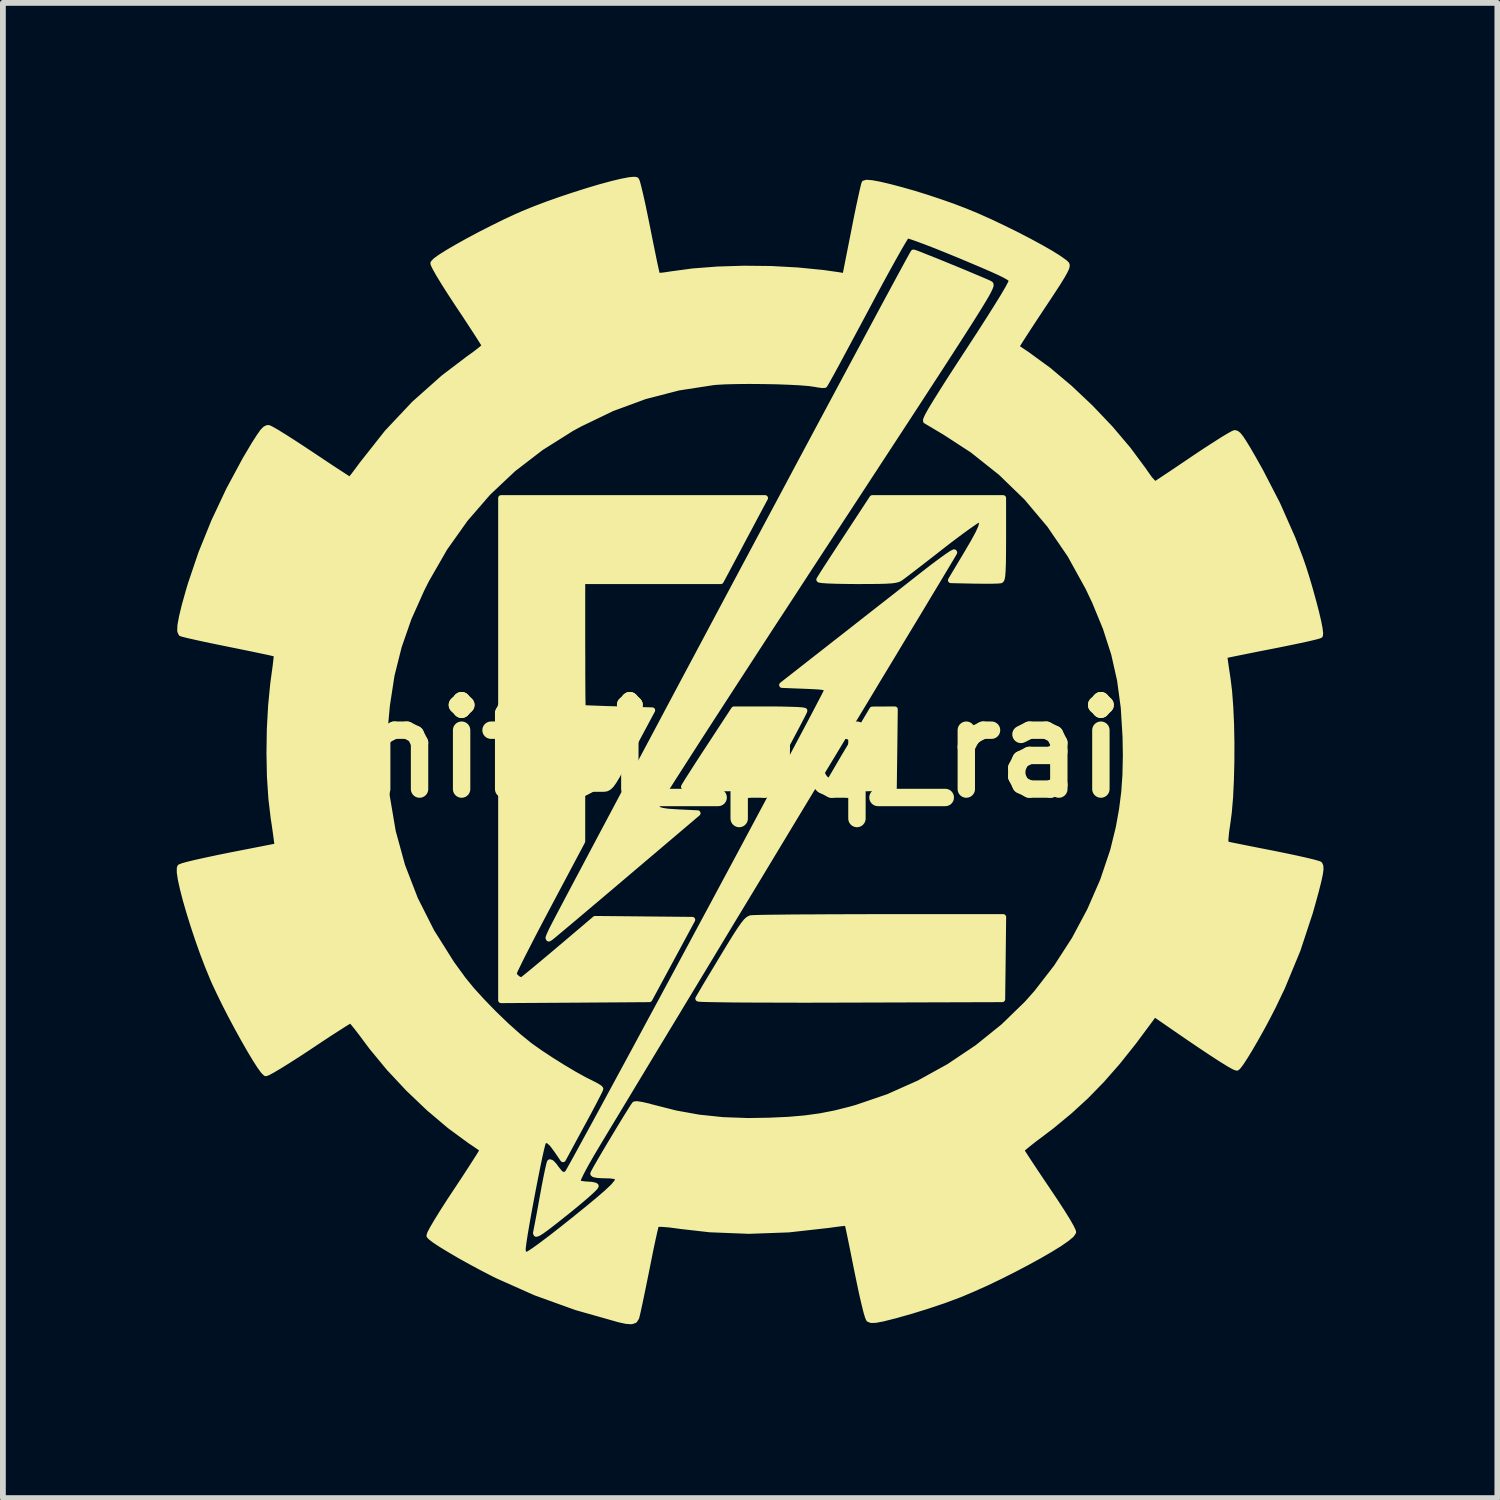
<source format=kicad_pcb>
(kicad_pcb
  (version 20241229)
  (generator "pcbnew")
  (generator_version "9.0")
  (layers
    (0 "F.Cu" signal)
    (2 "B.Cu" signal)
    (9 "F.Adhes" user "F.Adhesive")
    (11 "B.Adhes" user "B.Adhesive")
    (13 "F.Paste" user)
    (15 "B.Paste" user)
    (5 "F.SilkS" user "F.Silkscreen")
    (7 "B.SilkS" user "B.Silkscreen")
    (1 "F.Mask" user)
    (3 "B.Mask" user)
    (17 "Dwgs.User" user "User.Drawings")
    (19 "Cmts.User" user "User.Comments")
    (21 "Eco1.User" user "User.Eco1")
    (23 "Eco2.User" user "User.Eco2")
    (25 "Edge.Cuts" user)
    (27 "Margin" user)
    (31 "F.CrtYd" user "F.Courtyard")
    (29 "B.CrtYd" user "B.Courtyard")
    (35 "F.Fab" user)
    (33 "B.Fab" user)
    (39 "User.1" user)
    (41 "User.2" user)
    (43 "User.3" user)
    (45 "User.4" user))
  (footprint "unifei_pq_raio"
    (layer "F.Cu")
    (at 9.741 9.876)
    (property "Reference" "unifei_pq_raio" (at 0 0 0) (layer "F.SilkS") (effects (font (size 1.524 1.524) (thickness 0.3))))
    (attr through_hole)
    (fp_poly (pts (xy 2.65 -0.686) (xy 2.642 -0.008) (xy 2.633 0.67) (xy 2.046 0.679) (xy 1.817 0.68) (xy 1.644 0.678) (xy 1.529 0.672) (xy 1.474 0.662) (xy 1.47 0.656) (xy 1.488 0.621) (xy 1.534 0.541) (xy 1.603 0.423) (xy 1.69 0.274) (xy 1.791 0.102) (xy 1.87 -0.03) (xy 2.26 -0.684) (xy 2.455 -0.685) (xy 2.65 -0.686)) (stroke (width 0.1) (type solid)) (fill yes) (layer "F.SilkS"))
    (fp_poly (pts (xy 1.09 -0.662) (xy 1.076 -0.629) (xy 1.036 -0.55) (xy 0.974 -0.431) (xy 0.895 -0.281) (xy 0.803 -0.108) (xy 0.736 0.016) (xy 0.383 0.67) (xy -0.311 0.678) (xy -0.543 0.681) (xy -0.719 0.681) (xy -0.845 0.678) (xy -0.928 0.672) (xy -0.974 0.664) (xy -0.99 0.652) (xy -0.989 0.647) (xy -0.968 0.611) (xy -0.918 0.53) (xy -0.843 0.413) (xy -0.749 0.266) (xy -0.639 0.097) (xy -0.55 -0.039) (xy -0.126 -0.686) (xy 0.482 -0.686) (xy 0.669 -0.685) (xy 0.833 -0.681) (xy 0.964 -0.677) (xy 1.053 -0.67) (xy 1.09 -0.663) (xy 1.09 -0.662)) (stroke (width 0.1) (type solid)) (fill yes) (layer "F.SilkS"))
    (fp_poly (pts (xy 4.52 2.898) (xy 4.512 3.607) (xy 4.503 4.316) (xy 1.875 4.324) (xy 1.469 4.325) (xy 1.084 4.326) (xy 0.723 4.325) (xy 0.392 4.324) (xy 0.095 4.323) (xy -0.164 4.321) (xy -0.381 4.318) (xy -0.551 4.315) (xy -0.67 4.312) (xy -0.733 4.308) (xy -0.743 4.305) (xy -0.724 4.272) (xy -0.678 4.194) (xy -0.609 4.076) (xy -0.52 3.928) (xy -0.417 3.757) (xy -0.327 3.607) (xy -0.2 3.397) (xy -0.099 3.234) (xy -0.021 3.113) (xy 0.04 3.027) (xy 0.086 2.97) (xy 0.123 2.937) (xy 0.156 2.92) (xy 0.168 2.917) (xy 0.213 2.914) (xy 0.316 2.911) (xy 0.47 2.908) (xy 0.671 2.906) (xy 0.913 2.903) (xy 1.19 2.902) (xy 1.498 2.9) (xy 1.831 2.899) (xy 2.183 2.898) (xy 2.389 2.898) (xy 4.52 2.898)) (stroke (width 0.1) (type solid)) (fill yes) (layer "F.SilkS"))
    (fp_poly (pts (xy 4.519 -3.63) (xy 4.518 -3.392) (xy 4.516 -3.209) (xy 4.511 -3.077) (xy 4.504 -2.987) (xy 4.494 -2.935) (xy 4.48 -2.913) (xy 4.478 -2.912) (xy 4.433 -2.907) (xy 4.339 -2.904) (xy 4.209 -2.903) (xy 4.055 -2.905) (xy 4.027 -2.905) (xy 3.616 -2.914) (xy 3.897 -3.384) (xy 4.01 -3.577) (xy 4.089 -3.723) (xy 4.137 -3.829) (xy 4.154 -3.9) (xy 4.145 -3.941) (xy 4.109 -3.957) (xy 4.091 -3.958) (xy 4.054 -3.94) (xy 3.976 -3.887) (xy 3.863 -3.807) (xy 3.723 -3.704) (xy 3.563 -3.583) (xy 3.432 -3.481) (xy 3.259 -3.346) (xy 3.099 -3.222) (xy 2.959 -3.114) (xy 2.848 -3.029) (xy 2.772 -2.972) (xy 2.743 -2.951) (xy 2.71 -2.933) (xy 2.663 -2.92) (xy 2.595 -2.91) (xy 2.496 -2.904) (xy 2.358 -2.9) (xy 2.173 -2.899) (xy 2.001 -2.898) (xy 1.805 -2.9) (xy 1.634 -2.903) (xy 1.494 -2.908) (xy 1.396 -2.915) (xy 1.349 -2.922) (xy 1.345 -2.925) (xy 1.365 -2.958) (xy 1.413 -3.035) (xy 1.487 -3.15) (xy 1.582 -3.296) (xy 1.692 -3.465) (xy 1.808 -3.642) (xy 2.26 -4.332) (xy 3.389 -4.332) (xy 4.519 -4.332) (xy 4.519 -3.63)) (stroke (width 0.1) (type solid)) (fill yes) (layer "F.SilkS"))
    (fp_poly (pts (xy 0.411 -4.332) (xy 0.232 -3.997) (xy 0.144 -3.831) (xy 0.04 -3.637) (xy -0.065 -3.438) (xy -0.149 -3.28) (xy -0.353 -2.898) (xy -1.548 -2.898) (xy -2.743 -2.898) (xy -2.743 -1.808) (xy -2.742 -1.554) (xy -2.742 -1.32) (xy -2.741 -1.114) (xy -2.74 -0.944) (xy -2.738 -0.815) (xy -2.736 -0.735) (xy -2.735 -0.711) (xy -2.703 -0.708) (xy -2.618 -0.704) (xy -2.49 -0.699) (xy -2.33 -0.693) (xy -2.145 -0.688) (xy -2.131 -0.687) (xy -1.536 -0.67) (xy -1.861 -0.062) (xy -1.979 0.16) (xy -2.072 0.333) (xy -2.144 0.464) (xy -2.201 0.558) (xy -2.247 0.622) (xy -2.289 0.661) (xy -2.33 0.681) (xy -2.377 0.687) (xy -2.434 0.687) (xy -2.506 0.686) (xy -2.51 0.686) (xy -2.743 0.686) (xy -2.743 1.139) (xy -2.743 1.592) (xy -3.335 2.706) (xy -3.464 2.95) (xy -3.583 3.177) (xy -3.689 3.383) (xy -3.78 3.561) (xy -3.851 3.705) (xy -3.901 3.808) (xy -3.925 3.864) (xy -3.927 3.872) (xy -3.902 3.924) (xy -3.845 3.971) (xy -3.789 3.989) (xy -3.762 3.97) (xy -3.694 3.915) (xy -3.591 3.831) (xy -3.46 3.722) (xy -3.307 3.594) (xy -3.147 3.459) (xy -2.522 2.929) (xy -1.684 2.937) (xy -0.845 2.945) (xy -1.215 3.631) (xy -1.585 4.316) (xy -2.865 4.325) (xy -4.145 4.333) (xy -4.145 0.000346) (xy -4.145 -4.332) (xy -1.867 -4.332) (xy 0.411 -4.332)) (stroke (width 0.1) (type solid)) (fill yes) (layer "F.SilkS"))
    (fp_poly (pts (xy 4.304 -8.013) (xy 4.303 -7.997) (xy 4.295 -7.972) (xy 4.279 -7.936) (xy 4.254 -7.886) (xy 4.218 -7.821) (xy 4.169 -7.739) (xy 4.106 -7.635) (xy 4.028 -7.51) (xy 3.933 -7.359) (xy 3.819 -7.181) (xy 3.686 -6.974) (xy 3.531 -6.734) (xy 3.354 -6.461) (xy 3.152 -6.151) (xy 2.925 -5.802) (xy 2.67 -5.412) (xy 2.387 -4.979) (xy 2.074 -4.5) (xy 1.729 -3.973) (xy 1.448 -3.544) (xy 1.135 -3.065) (xy 0.832 -2.6) (xy 0.539 -2.152) (xy 0.26 -1.723) (xy -0.005 -1.315) (xy -0.254 -0.932) (xy -0.484 -0.577) (xy -0.695 -0.251) (xy -0.884 0.043) (xy -1.049 0.3) (xy -1.19 0.52) (xy -1.303 0.699) (xy -1.388 0.835) (xy -1.442 0.924) (xy -1.464 0.964) (xy -1.465 0.966) (xy -1.457 1.01) (xy -1.429 1.042) (xy -1.369 1.063) (xy -1.269 1.078) (xy -1.119 1.088) (xy -1.07 1.091) (xy -0.753 1.106) (xy -1.984 2.15) (xy -2.224 2.354) (xy -2.452 2.547) (xy -2.662 2.724) (xy -2.851 2.884) (xy -3.013 3.02) (xy -3.143 3.129) (xy -3.236 3.207) (xy -3.289 3.25) (xy -3.296 3.255) (xy -3.322 3.27) (xy -3.328 3.256) (xy -3.311 3.209) (xy -3.271 3.122) (xy -3.203 2.99) (xy -3.145 2.879) (xy -2.939 2.489) (xy -2.718 2.073) (xy -2.485 1.633) (xy -2.24 1.172) (xy -1.986 0.694) (xy -1.724 0.201) (xy -1.455 -0.304) (xy -1.182 -0.818) (xy -0.905 -1.338) (xy -0.626 -1.861) (xy -0.347 -2.385) (xy -0.069 -2.906) (xy 0.206 -3.421) (xy 0.477 -3.928) (xy 0.742 -4.424) (xy 0.999 -4.906) (xy 1.248 -5.371) (xy 1.486 -5.816) (xy 1.712 -6.238) (xy 1.925 -6.635) (xy 2.122 -7.002) (xy 2.303 -7.339) (xy 2.465 -7.641) (xy 2.608 -7.906) (xy 2.729 -8.13) (xy 2.828 -8.312) (xy 2.902 -8.448) (xy 2.95 -8.535) (xy 2.971 -8.57) (xy 2.972 -8.57) (xy 3.007 -8.559) (xy 3.089 -8.528) (xy 3.208 -8.48) (xy 3.355 -8.422) (xy 3.519 -8.355) (xy 3.69 -8.285) (xy 3.857 -8.216) (xy 4.011 -8.151) (xy 4.142 -8.096) (xy 4.239 -8.054) (xy 4.292 -8.029) (xy 4.3 -8.023) (xy 4.304 -8.013)) (stroke (width 0.1) (type solid)) (fill yes) (layer "F.SilkS"))
    (fp_poly (pts (xy 3.675 -3.392) (xy 3.665 -3.374) (xy 3.646 -3.342) (xy 3.618 -3.294) (xy 3.578 -3.228) (xy 3.527 -3.142) (xy 3.462 -3.034) (xy 3.384 -2.903) (xy 3.29 -2.748) (xy 3.181 -2.566) (xy 3.055 -2.356) (xy 2.91 -2.117) (xy 2.746 -1.845) (xy 2.563 -1.541) (xy 2.358 -1.202) (xy 2.132 -0.826) (xy 1.882 -0.413) (xy 1.608 0.041) (xy 1.309 0.536) (xy 0.984 1.074) (xy 0.632 1.657) (xy 0.252 2.287) (xy -0.158 2.964) (xy -0.597 3.692) (xy -1.068 4.471) (xy -1.106 4.535) (xy -1.294 4.845) (xy -1.484 5.159) (xy -1.671 5.469) (xy -1.851 5.767) (xy -2.019 6.046) (xy -2.171 6.298) (xy -2.303 6.516) (xy -2.409 6.692) (xy -2.455 6.769) (xy -2.582 6.982) (xy -2.685 7.162) (xy -2.761 7.304) (xy -2.809 7.404) (xy -2.826 7.458) (xy -2.825 7.463) (xy -2.786 7.497) (xy -2.696 7.51) (xy -2.667 7.511) (xy -2.58 7.517) (xy -2.521 7.531) (xy -2.511 7.539) (xy -2.529 7.566) (xy -2.589 7.625) (xy -2.685 7.711) (xy -2.81 7.817) (xy -2.957 7.938) (xy -3.028 7.995) (xy -3.208 8.138) (xy -3.345 8.244) (xy -3.442 8.315) (xy -3.505 8.354) (xy -3.538 8.365) (xy -3.544 8.35) (xy -3.544 8.349) (xy -3.533 8.295) (xy -3.513 8.191) (xy -3.486 8.049) (xy -3.455 7.879) (xy -3.425 7.713) (xy -3.392 7.533) (xy -3.361 7.375) (xy -3.334 7.247) (xy -3.314 7.161) (xy -3.303 7.128) (xy -3.276 7.137) (xy -3.229 7.187) (xy -3.199 7.229) (xy -3.126 7.32) (xy -3.065 7.353) (xy -3.01 7.329) (xy -2.998 7.316) (xy -2.976 7.28) (xy -2.927 7.193) (xy -2.852 7.058) (xy -2.755 6.88) (xy -2.636 6.662) (xy -2.497 6.408) (xy -2.342 6.122) (xy -2.171 5.806) (xy -1.987 5.466) (xy -1.791 5.104) (xy -1.586 4.723) (xy -1.373 4.329) (xy -1.155 3.924) (xy -0.934 3.513) (xy -0.711 3.098) (xy -0.488 2.684) (xy -0.268 2.273) (xy -0.052 1.871) (xy 0.157 1.48) (xy 0.358 1.104) (xy 0.549 0.747) (xy 0.728 0.413) (xy 0.892 0.105) (xy 1.04 -0.174) (xy 1.17 -0.419) (xy 1.28 -0.627) (xy 1.367 -0.794) (xy 1.431 -0.916) (xy 1.468 -0.991) (xy 1.478 -1.013) (xy 1.475 -1.039) (xy 1.457 -1.057) (xy 1.414 -1.07) (xy 1.336 -1.079) (xy 1.213 -1.086) (xy 1.092 -1.091) (xy 0.703 -1.106) (xy 1.637 -1.837) (xy 1.878 -2.025) (xy 2.13 -2.223) (xy 2.383 -2.421) (xy 2.626 -2.611) (xy 2.848 -2.785) (xy 3.039 -2.935) (xy 3.142 -3.016) (xy 3.301 -3.139) (xy 3.439 -3.242) (xy 3.551 -3.323) (xy 3.63 -3.376) (xy 3.672 -3.397) (xy 3.675 -3.392)) (stroke (width 0.1) (type solid)) (fill yes) (layer "F.SilkS"))
    (fp_poly (pts (xy 9.996 2.071) (xy 9.985 2.155) (xy 9.959 2.276) (xy 9.918 2.439) (xy 9.86 2.651) (xy 9.812 2.82) (xy 9.6 3.463) (xy 9.333 4.109) (xy 9.174 4.441) (xy 9.077 4.63) (xy 8.975 4.82) (xy 8.873 5.002) (xy 8.777 5.167) (xy 8.691 5.308) (xy 8.621 5.415) (xy 8.571 5.481) (xy 8.551 5.498) (xy 8.512 5.485) (xy 8.423 5.436) (xy 8.285 5.351) (xy 8.097 5.229) (xy 7.859 5.07) (xy 7.572 4.874) (xy 7.358 4.726) (xy 7.127 4.567) (xy 7.062 4.658) (xy 6.769 5.053) (xy 6.634 5.222) (xy 6.634 0.111) (xy 6.629 -0.203) (xy 6.598 -0.715) (xy 6.534 -1.19) (xy 6.432 -1.643) (xy 6.288 -2.091) (xy 6.099 -2.55) (xy 5.985 -2.789) (xy 5.676 -3.349) (xy 5.322 -3.867) (xy 4.923 -4.341) (xy 4.479 -4.771) (xy 3.991 -5.159) (xy 3.522 -5.464) (xy 3.398 -5.538) (xy 3.292 -5.601) (xy 3.216 -5.646) (xy 3.186 -5.664) (xy 3.188 -5.688) (xy 3.216 -5.749) (xy 3.271 -5.849) (xy 3.356 -5.989) (xy 3.471 -6.173) (xy 3.617 -6.403) (xy 3.797 -6.68) (xy 3.912 -6.856) (xy 4.104 -7.151) (xy 4.271 -7.411) (xy 4.41 -7.632) (xy 4.522 -7.813) (xy 4.603 -7.951) (xy 4.652 -8.044) (xy 4.668 -8.087) (xy 4.668 -8.087) (xy 4.655 -8.11) (xy 4.619 -8.139) (xy 4.553 -8.177) (xy 4.453 -8.226) (xy 4.314 -8.289) (xy 4.129 -8.369) (xy 3.894 -8.468) (xy 3.78 -8.516) (xy 3.56 -8.606) (xy 3.357 -8.688) (xy 3.178 -8.757) (xy 3.032 -8.811) (xy 2.926 -8.848) (xy 2.867 -8.864) (xy 2.858 -8.865) (xy 2.835 -8.835) (xy 2.786 -8.755) (xy 2.714 -8.631) (xy 2.622 -8.468) (xy 2.514 -8.273) (xy 2.392 -8.049) (xy 2.26 -7.804) (xy 2.136 -7.571) (xy 1.997 -7.311) (xy 1.867 -7.069) (xy 1.749 -6.849) (xy 1.646 -6.657) (xy 1.56 -6.499) (xy 1.494 -6.38) (xy 1.452 -6.306) (xy 1.437 -6.282) (xy 1.397 -6.281) (xy 1.32 -6.291) (xy 1.278 -6.299) (xy 1.172 -6.314) (xy 1.016 -6.327) (xy 0.822 -6.337) (xy 0.604 -6.345) (xy 0.372 -6.349) (xy 0.139 -6.351) (xy -0.081 -6.349) (xy -0.278 -6.344) (xy -0.438 -6.335) (xy -0.486 -6.33) (xy -1.083 -6.238) (xy -1.663 -6.088) (xy -2.231 -5.879) (xy -2.791 -5.609) (xy -2.93 -5.533) (xy -3.456 -5.202) (xy -3.936 -4.833) (xy -4.371 -4.423) (xy -4.764 -3.969) (xy -5.118 -3.47) (xy -5.434 -2.921) (xy -5.516 -2.758) (xy -5.739 -2.26) (xy -5.909 -1.771) (xy -6.033 -1.276) (xy -6.113 -0.757) (xy -6.141 -0.452) (xy -6.157 0.191) (xy -6.115 0.815) (xy -6.012 1.423) (xy -5.85 2.014) (xy -5.628 2.589) (xy -5.345 3.15) (xy -5.001 3.697) (xy -4.8 3.974) (xy -4.653 4.154) (xy -4.469 4.356) (xy -4.264 4.567) (xy -4.052 4.771) (xy -3.846 4.955) (xy -3.66 5.106) (xy -3.635 5.125) (xy -3.471 5.241) (xy -3.281 5.366) (xy -3.08 5.492) (xy -2.885 5.608) (xy -2.712 5.704) (xy -2.594 5.763) (xy -2.506 5.808) (xy -2.447 5.845) (xy -2.431 5.862) (xy -2.445 5.896) (xy -2.485 5.975) (xy -2.546 6.093) (xy -2.624 6.241) (xy -2.715 6.41) (xy -2.754 6.481) (xy -3.076 7.077) (xy -3.182 6.921) (xy -3.264 6.811) (xy -3.328 6.754) (xy -3.38 6.746) (xy -3.415 6.77) (xy -3.429 6.808) (xy -3.452 6.899) (xy -3.482 7.033) (xy -3.517 7.199) (xy -3.555 7.39) (xy -3.595 7.595) (xy -3.635 7.806) (xy -3.673 8.012) (xy -3.707 8.204) (xy -3.736 8.374) (xy -3.757 8.511) (xy -3.769 8.607) (xy -3.771 8.641) (xy -3.76 8.705) (xy -3.717 8.726) (xy -3.704 8.726) (xy -3.66 8.707) (xy -3.573 8.65) (xy -3.447 8.559) (xy -3.285 8.437) (xy -3.093 8.287) (xy -2.878 8.116) (xy -2.642 7.925) (xy -2.454 7.769) (xy -2.31 7.644) (xy -2.208 7.547) (xy -2.147 7.474) (xy -2.124 7.423) (xy -2.137 7.388) (xy -2.184 7.368) (xy -2.262 7.358) (xy -2.369 7.355) (xy -2.387 7.355) (xy -2.48 7.35) (xy -2.541 7.338) (xy -2.556 7.326) (xy -2.54 7.293) (xy -2.498 7.217) (xy -2.434 7.106) (xy -2.355 6.971) (xy -2.266 6.821) (xy -2.172 6.665) (xy -2.08 6.512) (xy -1.995 6.373) (xy -1.923 6.257) (xy -1.87 6.173) (xy -1.84 6.13) (xy -1.839 6.129) (xy -1.8 6.125) (xy -1.716 6.138) (xy -1.602 6.164) (xy -1.538 6.182) (xy -1.132 6.285) (xy -0.732 6.357) (xy -0.322 6.4) (xy 0.117 6.416) (xy 0.482 6.41) (xy 0.813 6.395) (xy 1.101 6.37) (xy 1.363 6.334) (xy 1.619 6.284) (xy 1.885 6.217) (xy 1.988 6.188) (xy 2.533 6.002) (xy 3.069 5.763) (xy 3.584 5.478) (xy 4.072 5.151) (xy 4.523 4.788) (xy 4.929 4.394) (xy 5.097 4.205) (xy 5.439 3.763) (xy 5.748 3.285) (xy 6.016 2.783) (xy 6.241 2.267) (xy 6.415 1.749) (xy 6.512 1.353) (xy 6.568 1.042) (xy 6.606 0.744) (xy 6.627 0.44) (xy 6.634 0.111) (xy 6.634 5.222) (xy 6.492 5.4) (xy 6.221 5.709) (xy 5.947 5.99) (xy 5.662 6.251) (xy 5.357 6.503) (xy 5.166 6.648) (xy 5.042 6.741) (xy 4.94 6.822) (xy 4.866 6.883) (xy 4.832 6.915) (xy 4.831 6.918) (xy 4.847 6.949) (xy 4.895 7.024) (xy 4.968 7.136) (xy 5.062 7.278) (xy 5.173 7.444) (xy 5.283 7.607) (xy 5.421 7.813) (xy 5.537 7.992) (xy 5.629 8.14) (xy 5.692 8.251) (xy 5.724 8.319) (xy 5.727 8.335) (xy 5.695 8.381) (xy 5.613 8.449) (xy 5.489 8.535) (xy 5.328 8.634) (xy 5.138 8.744) (xy 4.926 8.86) (xy 4.7 8.979) (xy 4.465 9.097) (xy 4.23 9.21) (xy 4 9.313) (xy 3.783 9.405) (xy 3.739 9.422) (xy 3.492 9.514) (xy 3.214 9.607) (xy 2.927 9.696) (xy 2.655 9.773) (xy 2.439 9.827) (xy 2.317 9.85) (xy 2.242 9.852) (xy 2.202 9.836) (xy 2.184 9.796) (xy 2.156 9.702) (xy 2.121 9.56) (xy 2.079 9.378) (xy 2.034 9.163) (xy 1.999 8.994) (xy 1.956 8.779) (xy 1.917 8.584) (xy 1.883 8.418) (xy 1.856 8.289) (xy 1.837 8.206) (xy 1.829 8.176) (xy 1.795 8.176) (xy 1.714 8.184) (xy 1.599 8.199) (xy 1.515 8.211) (xy 0.82 8.289) (xy 0.13 8.314) (xy -0.544 8.287) (xy -1.044 8.23) (xy -1.239 8.204) (xy -1.375 8.193) (xy -1.451 8.195) (xy -1.469 8.203) (xy -1.48 8.241) (xy -1.501 8.332) (xy -1.531 8.467) (xy -1.567 8.636) (xy -1.606 8.832) (xy -1.637 8.987) (xy -1.68 9.199) (xy -1.72 9.394) (xy -1.755 9.562) (xy -1.784 9.694) (xy -1.804 9.781) (xy -1.812 9.809) (xy -1.841 9.855) (xy -1.895 9.874) (xy -1.984 9.868) (xy -2.104 9.842) (xy -2.849 9.631) (xy -3.55 9.378) (xy -4.21 9.084) (xy -4.262 9.058) (xy -4.464 8.954) (xy -4.665 8.846) (xy -4.856 8.74) (xy -5.028 8.639) (xy -5.176 8.549) (xy -5.289 8.475) (xy -5.36 8.42) (xy -5.382 8.396) (xy -5.37 8.357) (xy -5.325 8.272) (xy -5.251 8.146) (xy -5.151 7.984) (xy -5.027 7.791) (xy -4.923 7.634) (xy -4.799 7.447) (xy -4.688 7.277) (xy -4.595 7.132) (xy -4.522 7.018) (xy -4.476 6.941) (xy -4.459 6.908) (xy -4.46 6.908) (xy -4.49 6.887) (xy -4.558 6.84) (xy -4.651 6.777) (xy -4.67 6.765) (xy -5.026 6.504) (xy -5.388 6.198) (xy -5.743 5.86) (xy -6.077 5.503) (xy -6.375 5.142) (xy -6.452 5.039) (xy -6.547 4.911) (xy -6.631 4.802) (xy -6.696 4.722) (xy -6.734 4.68) (xy -6.74 4.676) (xy -6.771 4.693) (xy -6.847 4.739) (xy -6.961 4.812) (xy -7.106 4.905) (xy -7.274 5.016) (xy -7.459 5.139) (xy -7.463 5.142) (xy -7.65 5.265) (xy -7.821 5.374) (xy -7.969 5.466) (xy -8.087 5.536) (xy -8.168 5.58) (xy -8.205 5.593) (xy -8.205 5.593) (xy -8.244 5.556) (xy -8.305 5.472) (xy -8.385 5.347) (xy -8.479 5.191) (xy -8.582 5.011) (xy -8.691 4.814) (xy -8.8 4.61) (xy -8.905 4.406) (xy -9.001 4.21) (xy -9.085 4.031) (xy -9.117 3.958) (xy -9.205 3.744) (xy -9.293 3.514) (xy -9.377 3.276) (xy -9.456 3.038) (xy -9.527 2.809) (xy -9.589 2.595) (xy -9.638 2.404) (xy -9.673 2.245) (xy -9.691 2.124) (xy -9.69 2.051) (xy -9.683 2.035) (xy -9.643 2.019) (xy -9.551 1.993) (xy -9.414 1.96) (xy -9.242 1.922) (xy -9.041 1.879) (xy -8.824 1.835) (xy -8.002 1.674) (xy -8.021 1.53) (xy -8.036 1.419) (xy -8.056 1.281) (xy -8.071 1.184) (xy -8.11 0.852) (xy -8.135 0.476) (xy -8.143 0.073) (xy -8.137 -0.34) (xy -8.115 -0.745) (xy -8.078 -1.127) (xy -8.056 -1.289) (xy -8.037 -1.427) (xy -8.024 -1.54) (xy -8.017 -1.615) (xy -8.019 -1.64) (xy -8.051 -1.649) (xy -8.137 -1.669) (xy -8.268 -1.697) (xy -8.435 -1.732) (xy -8.63 -1.772) (xy -8.828 -1.812) (xy -9.044 -1.856) (xy -9.241 -1.897) (xy -9.41 -1.934) (xy -9.543 -1.964) (xy -9.631 -1.986) (xy -9.664 -1.996) (xy -9.683 -2.039) (xy -9.68 -2.131) (xy -9.654 -2.275) (xy -9.607 -2.472) (xy -9.536 -2.725) (xy -9.499 -2.849) (xy -9.319 -3.38) (xy -9.097 -3.928) (xy -8.84 -4.474) (xy -8.558 -4.998) (xy -8.401 -5.262) (xy -8.317 -5.393) (xy -8.257 -5.478) (xy -8.212 -5.524) (xy -8.176 -5.541) (xy -8.154 -5.541) (xy -8.111 -5.52) (xy -8.023 -5.47) (xy -7.9 -5.394) (xy -7.749 -5.298) (xy -7.577 -5.186) (xy -7.426 -5.086) (xy -7.246 -4.966) (xy -7.084 -4.858) (xy -6.946 -4.768) (xy -6.84 -4.699) (xy -6.773 -4.656) (xy -6.752 -4.644) (xy -6.729 -4.667) (xy -6.679 -4.731) (xy -6.608 -4.825) (xy -6.541 -4.916) (xy -6.11 -5.462) (xy -5.643 -5.958) (xy -5.137 -6.408) (xy -4.704 -6.737) (xy -4.591 -6.818) (xy -4.501 -6.888) (xy -4.442 -6.937) (xy -4.426 -6.957) (xy -4.442 -6.989) (xy -4.489 -7.065) (xy -4.561 -7.178) (xy -4.655 -7.322) (xy -4.765 -7.49) (xy -4.879 -7.661) (xy -5.011 -7.862) (xy -5.123 -8.038) (xy -5.213 -8.185) (xy -5.276 -8.296) (xy -5.31 -8.365) (xy -5.314 -8.386) (xy -5.276 -8.427) (xy -5.189 -8.49) (xy -5.062 -8.57) (xy -4.901 -8.664) (xy -4.716 -8.767) (xy -4.514 -8.875) (xy -4.302 -8.983) (xy -4.09 -9.088) (xy -3.884 -9.184) (xy -3.761 -9.238) (xy -3.565 -9.318) (xy -3.349 -9.4) (xy -3.12 -9.481) (xy -2.886 -9.559) (xy -2.656 -9.632) (xy -2.438 -9.697) (xy -2.239 -9.751) (xy -2.069 -9.792) (xy -1.934 -9.818) (xy -1.844 -9.826) (xy -1.813 -9.82) (xy -1.798 -9.786) (xy -1.775 -9.698) (xy -1.743 -9.566) (xy -1.705 -9.397) (xy -1.664 -9.199) (xy -1.622 -8.993) (xy -1.579 -8.776) (xy -1.539 -8.581) (xy -1.505 -8.414) (xy -1.477 -8.285) (xy -1.458 -8.201) (xy -1.448 -8.17) (xy -1.413 -8.167) (xy -1.333 -8.175) (xy -1.226 -8.191) (xy -1.223 -8.192) (xy -0.837 -8.244) (xy -0.408 -8.277) (xy 0.047 -8.291) (xy 0.512 -8.286) (xy 0.971 -8.261) (xy 1.407 -8.218) (xy 1.668 -8.181) (xy 1.793 -8.16) (xy 1.948 -8.944) (xy 1.99 -9.158) (xy 2.03 -9.352) (xy 2.066 -9.519) (xy 2.095 -9.649) (xy 2.115 -9.733) (xy 2.124 -9.763) (xy 2.165 -9.774) (xy 2.257 -9.766) (xy 2.391 -9.741) (xy 2.561 -9.701) (xy 2.757 -9.649) (xy 2.972 -9.588) (xy 3.198 -9.518) (xy 3.427 -9.442) (xy 3.652 -9.363) (xy 3.861 -9.283) (xy 4.067 -9.198) (xy 4.289 -9.099) (xy 4.518 -8.99) (xy 4.746 -8.878) (xy 4.964 -8.765) (xy 5.165 -8.656) (xy 5.34 -8.556) (xy 5.479 -8.469) (xy 5.576 -8.4) (xy 5.612 -8.366) (xy 5.618 -8.344) (xy 5.61 -8.306) (xy 5.582 -8.246) (xy 5.533 -8.159) (xy 5.459 -8.039) (xy 5.356 -7.881) (xy 5.222 -7.678) (xy 5.191 -7.632) (xy 5.07 -7.449) (xy 4.961 -7.283) (xy 4.87 -7.143) (xy 4.8 -7.033) (xy 4.756 -6.962) (xy 4.743 -6.936) (xy 4.772 -6.916) (xy 4.839 -6.871) (xy 4.93 -6.81) (xy 4.944 -6.8) (xy 5.301 -6.539) (xy 5.665 -6.233) (xy 6.025 -5.893) (xy 6.366 -5.535) (xy 6.676 -5.169) (xy 6.942 -4.81) (xy 6.972 -4.765) (xy 7.046 -4.662) (xy 7.106 -4.595) (xy 7.145 -4.57) (xy 7.149 -4.572) (xy 7.183 -4.594) (xy 7.262 -4.646) (xy 7.378 -4.723) (xy 7.523 -4.82) (xy 7.689 -4.932) (xy 7.823 -5.023) (xy 8.002 -5.142) (xy 8.166 -5.248) (xy 8.307 -5.338) (xy 8.418 -5.405) (xy 8.491 -5.445) (xy 8.516 -5.454) (xy 8.543 -5.447) (xy 8.575 -5.422) (xy 8.616 -5.372) (xy 8.669 -5.292) (xy 8.74 -5.176) (xy 8.832 -5.017) (xy 8.949 -4.809) (xy 8.951 -4.806) (xy 9.25 -4.227) (xy 9.516 -3.625) (xy 9.643 -3.292) (xy 9.702 -3.121) (xy 9.761 -2.933) (xy 9.818 -2.738) (xy 9.871 -2.546) (xy 9.918 -2.366) (xy 9.955 -2.209) (xy 9.98 -2.082) (xy 9.99 -1.997) (xy 9.986 -1.964) (xy 9.949 -1.951) (xy 9.859 -1.928) (xy 9.724 -1.897) (xy 9.554 -1.861) (xy 9.355 -1.82) (xy 9.15 -1.779) (xy 8.935 -1.737) (xy 8.741 -1.698) (xy 8.576 -1.665) (xy 8.448 -1.639) (xy 8.366 -1.621) (xy 8.337 -1.614) (xy 8.339 -1.581) (xy 8.35 -1.5) (xy 8.367 -1.38) (xy 8.389 -1.235) (xy 8.392 -1.215) (xy 8.419 -0.996) (xy 8.439 -0.728) (xy 8.453 -0.427) (xy 8.459 -0.106) (xy 8.458 0.22) (xy 8.45 0.537) (xy 8.436 0.831) (xy 8.414 1.088) (xy 8.394 1.242) (xy 8.367 1.43) (xy 8.355 1.558) (xy 8.358 1.626) (xy 8.366 1.639) (xy 8.405 1.649) (xy 8.496 1.668) (xy 8.631 1.695) (xy 8.801 1.729) (xy 8.998 1.768) (xy 9.172 1.802) (xy 9.384 1.845) (xy 9.577 1.886) (xy 9.742 1.923) (xy 9.87 1.954) (xy 9.952 1.977) (xy 9.979 1.988) (xy 9.993 2.018) (xy 9.996 2.071)) (stroke (width 0.1) (type solid)) (fill yes) (layer "F.SilkS")))
  (gr_rect
    (start -3 -3)
    (end 22.787 22.8)
    (stroke (width 0.1) (type default))
    (fill no)
    (layer "Edge.Cuts")))
</source>
